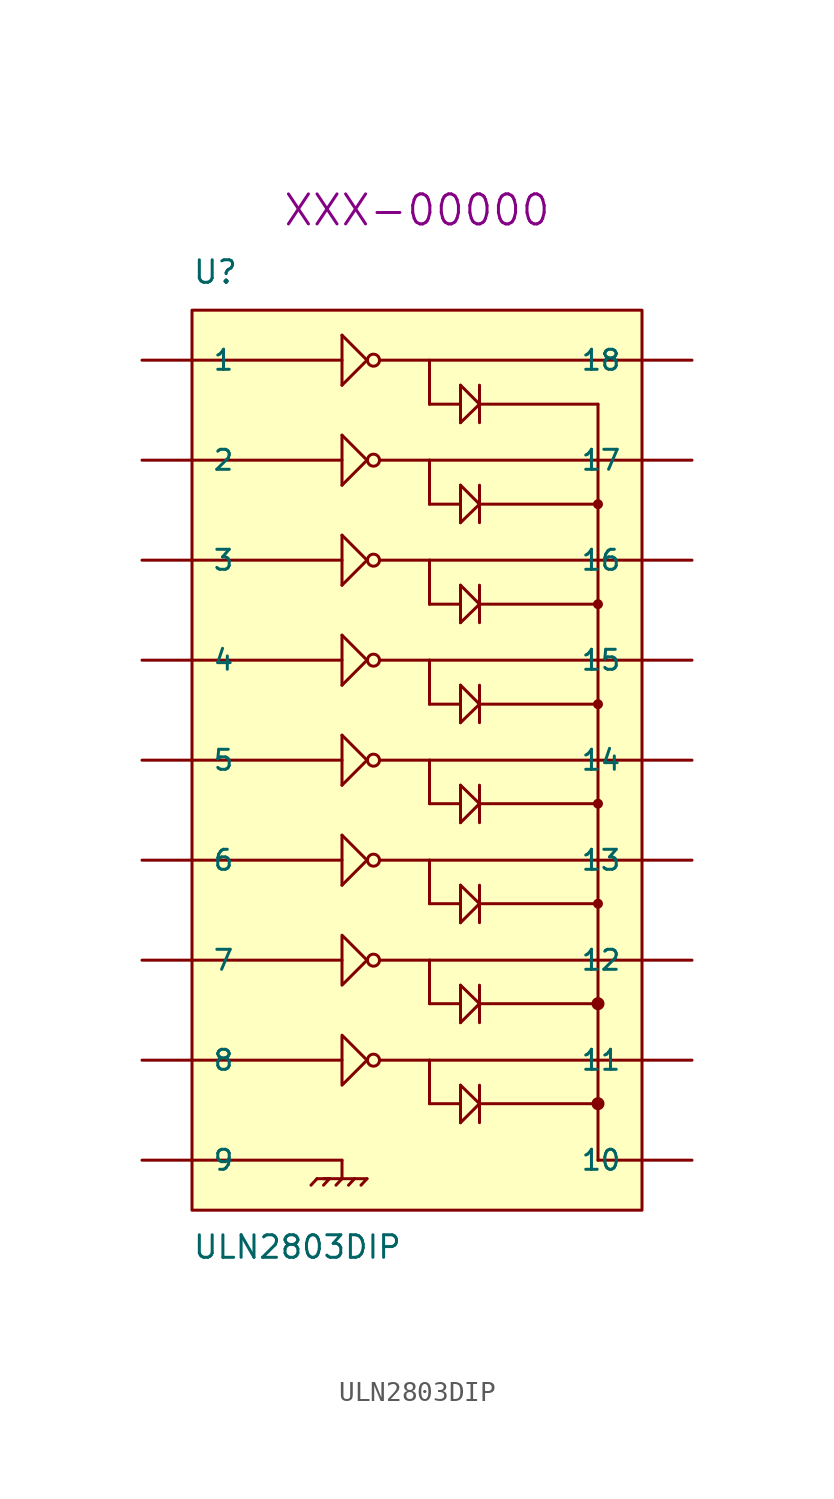
<source format=kicad_sym>
(kicad_symbol_lib
  (version 20201005)
  (generator kicad_symbol_editor)
  (symbol "ULN2803DIP"
    (pin_numbers hide)
    (pin_names
      (offset 1.016))
    (property "Reference" "U"
      (at -11.43 24.13 0)
      (effects (font (size 1.143 1.143)) (justify left bottom)))
    (property "Value" "ULN2803DIP"
      (at -11.43 -25.4 0)
      (effects (font (size 1.143 1.143)) (justify left bottom)))
    (property "Field4" "XXX-00000"
      (at 0 27.94 0)
      (effects (font (size 1.524 1.524))))
    (property "ki_locked" ""
      (at 0 0 0)
      (effects (font (size 1.27 1.27))))
    (symbol "ULN2803DIP_1_0"
      (polyline (pts (xy -11.43 -20.32) (xy -3.81 -20.32)) (stroke (width 0)) (fill (type none)))
      (polyline (pts (xy -11.43 -15.24) (xy -3.81 -15.24)) (stroke (width 0)) (fill (type none)))
      (polyline (pts (xy -11.43 -10.16) (xy -3.81 -10.16)) (stroke (width 0)) (fill (type none)))
      (polyline (pts (xy -11.43 -5.08) (xy -3.81 -5.08)) (stroke (width 0)) (fill (type none)))
      (polyline (pts (xy -11.43 0) (xy -3.81 0)) (stroke (width 0)) (fill (type none)))
      (polyline (pts (xy -11.43 5.08) (xy -3.81 5.08)) (stroke (width 0)) (fill (type none)))
      (polyline (pts (xy -11.43 10.16) (xy -3.81 10.16)) (stroke (width 0)) (fill (type none)))
      (polyline (pts (xy -11.43 15.24) (xy -3.81 15.24)) (stroke (width 0)) (fill (type none)))
      (polyline (pts (xy -11.43 20.32) (xy -3.81 20.32)) (stroke (width 0)) (fill (type none)))
      (polyline (pts (xy -5.08 -21.26) (xy -5.385 -21.59)) (stroke (width 0)) (fill (type none)))
      (polyline (pts (xy -4.445 -21.26) (xy -5.08 -21.26)) (stroke (width 0)) (fill (type none)))
      (polyline (pts (xy -4.445 -21.26) (xy -4.75 -21.59)) (stroke (width 0)) (fill (type none)))
      (polyline (pts (xy -4.445 -21.26) (xy -4.75 -21.26)) (stroke (width 0)) (fill (type none)))
      (polyline (pts (xy -3.81 -21.26) (xy -4.445 -21.26)) (stroke (width 0)) (fill (type none)))
      (polyline (pts (xy -3.81 -21.26) (xy -4.115 -21.59)) (stroke (width 0)) (fill (type none)))
      (polyline (pts (xy -3.81 -21.26) (xy -3.175 -21.26)) (stroke (width 0)) (fill (type none)))
      (polyline (pts (xy -3.81 -20.32) (xy -3.81 -21.26)) (stroke (width 0)) (fill (type none)))
      (polyline (pts (xy -3.81 -3.81) (xy -3.81 -6.35)) (stroke (width 0)) (fill (type none)))
      (polyline (pts (xy -3.81 -3.81) (xy -2.54 -5.08)) (stroke (width 0)) (fill (type none)))
      (polyline (pts (xy -3.81 -1.27) (xy -2.54 0)) (stroke (width 0)) (fill (type none)))
      (polyline (pts (xy -3.81 1.27) (xy -3.81 -1.27)) (stroke (width 0)) (fill (type none)))
      (polyline (pts (xy -3.81 1.27) (xy -2.54 0)) (stroke (width 0)) (fill (type none)))
      (polyline (pts (xy -3.81 6.35) (xy -3.81 3.81)) (stroke (width 0)) (fill (type none)))
      (polyline (pts (xy -3.81 6.35) (xy -2.54 5.08)) (stroke (width 0)) (fill (type none)))
      (polyline (pts (xy -3.81 11.43) (xy -3.81 8.89)) (stroke (width 0)) (fill (type none)))
      (polyline (pts (xy -3.81 11.43) (xy -2.54 10.16)) (stroke (width 0)) (fill (type none)))
      (polyline (pts (xy -3.81 16.51) (xy -3.81 13.97)) (stroke (width 0)) (fill (type none)))
      (polyline (pts (xy -3.81 16.51) (xy -2.54 15.24)) (stroke (width 0)) (fill (type none)))
      (polyline (pts (xy -3.81 21.59) (xy -3.81 19.05)) (stroke (width 0)) (fill (type none)))
      (polyline (pts (xy -3.81 21.59) (xy -2.54 20.32)) (stroke (width 0)) (fill (type none)))
      (polyline (pts (xy -3.175 -21.26) (xy -3.48 -21.59)) (stroke (width 0)) (fill (type none)))
      (polyline (pts (xy -3.175 -21.26) (xy -2.54 -21.26)) (stroke (width 0)) (fill (type none)))
      (polyline (pts (xy -2.54 -21.26) (xy -2.845 -21.59)) (stroke (width 0)) (fill (type none)))
      (polyline (pts (xy -2.54 -5.08) (xy -3.81 -6.35)) (stroke (width 0)) (fill (type none)))
      (polyline (pts (xy -2.54 5.08) (xy -3.81 3.81)) (stroke (width 0)) (fill (type none)))
      (polyline (pts (xy -2.54 10.16) (xy -3.81 8.89)) (stroke (width 0)) (fill (type none)))
      (polyline (pts (xy -2.54 15.24) (xy -3.81 13.97)) (stroke (width 0)) (fill (type none)))
      (polyline (pts (xy -2.54 20.32) (xy -3.81 19.05)) (stroke (width 0)) (fill (type none)))
      (polyline (pts (xy -1.905 -15.24) (xy 0.635 -15.24)) (stroke (width 0)) (fill (type none)))
      (polyline (pts (xy -1.905 -5.08) (xy 0.635 -5.08)) (stroke (width 0)) (fill (type none)))
      (polyline (pts (xy -1.905 5.08) (xy 0.635 5.08)) (stroke (width 0)) (fill (type none)))
      (polyline (pts (xy -1.905 10.16) (xy 0.635 10.16)) (stroke (width 0)) (fill (type none)))
      (polyline (pts (xy -1.905 15.24) (xy 0.635 15.24)) (stroke (width 0)) (fill (type none)))
      (polyline (pts (xy -1.905 20.32) (xy 11.43 20.32)) (stroke (width 0)) (fill (type none)))
      (polyline (pts (xy 0.635 -17.45) (xy 2.21 -17.45)) (stroke (width 0)) (fill (type none)))
      (polyline (pts (xy 0.635 -15.24) (xy 0.635 -17.45)) (stroke (width 0)) (fill (type none)))
      (polyline (pts (xy 0.635 -15.24) (xy 11.43 -15.24)) (stroke (width 0)) (fill (type none)))
      (polyline (pts (xy 0.635 -12.37) (xy 2.21 -12.37)) (stroke (width 0)) (fill (type none)))
      (polyline (pts (xy 0.635 -10.16) (xy -1.905 -10.16)) (stroke (width 0)) (fill (type none)))
      (polyline (pts (xy 0.635 -10.16) (xy 0.635 -12.37)) (stroke (width 0)) (fill (type none)))
      (polyline (pts (xy 0.635 -7.29) (xy 2.21 -7.29)) (stroke (width 0)) (fill (type none)))
      (polyline (pts (xy 0.635 -5.08) (xy 0.635 -7.29)) (stroke (width 0)) (fill (type none)))
      (polyline (pts (xy 0.635 -5.08) (xy 11.43 -5.08)) (stroke (width 0)) (fill (type none)))
      (polyline (pts (xy 0.635 -2.21) (xy 2.21 -2.21)) (stroke (width 0)) (fill (type none)))
      (polyline (pts (xy 0.635 0) (xy -1.905 0)) (stroke (width 0)) (fill (type none)))
      (polyline (pts (xy 0.635 0) (xy 0.635 -2.21)) (stroke (width 0)) (fill (type none)))
      (polyline (pts (xy 0.635 2.845) (xy 2.21 2.845)) (stroke (width 0)) (fill (type none)))
      (polyline (pts (xy 0.635 5.08) (xy 0.635 2.845)) (stroke (width 0)) (fill (type none)))
      (polyline (pts (xy 0.635 5.08) (xy 11.43 5.08)) (stroke (width 0)) (fill (type none)))
      (polyline (pts (xy 0.635 7.925) (xy 2.21 7.925)) (stroke (width 0)) (fill (type none)))
      (polyline (pts (xy 0.635 10.16) (xy 0.635 7.925)) (stroke (width 0)) (fill (type none)))
      (polyline (pts (xy 0.635 10.16) (xy 11.43 10.16)) (stroke (width 0)) (fill (type none)))
      (polyline (pts (xy 0.635 13.005) (xy 2.21 13.005)) (stroke (width 0)) (fill (type none)))
      (polyline (pts (xy 0.635 15.24) (xy 0.635 13.005)) (stroke (width 0)) (fill (type none)))
      (polyline (pts (xy 0.635 15.24) (xy 11.43 15.24)) (stroke (width 0)) (fill (type none)))
      (polyline (pts (xy 0.635 18.085) (xy 2.21 18.085)) (stroke (width 0)) (fill (type none)))
      (polyline (pts (xy 0.635 20.32) (xy 0.635 18.085)) (stroke (width 0)) (fill (type none)))
      (polyline (pts (xy 2.21 -16.51) (xy 2.21 -18.415)) (stroke (width 0)) (fill (type none)))
      (polyline (pts (xy 2.21 -16.51) (xy 3.175 -17.45)) (stroke (width 0)) (fill (type none)))
      (polyline (pts (xy 2.21 -11.43) (xy 2.21 -13.335)) (stroke (width 0)) (fill (type none)))
      (polyline (pts (xy 2.21 -11.43) (xy 3.175 -12.37)) (stroke (width 0)) (fill (type none)))
      (polyline (pts (xy 2.21 -6.35) (xy 2.21 -8.255)) (stroke (width 0)) (fill (type none)))
      (polyline (pts (xy 2.21 -6.35) (xy 3.175 -7.29)) (stroke (width 0)) (fill (type none)))
      (polyline (pts (xy 2.21 -1.27) (xy 2.21 -3.175)) (stroke (width 0)) (fill (type none)))
      (polyline (pts (xy 2.21 -1.27) (xy 3.175 -2.21)) (stroke (width 0)) (fill (type none)))
      (polyline (pts (xy 2.21 3.81) (xy 2.21 1.905)) (stroke (width 0)) (fill (type none)))
      (polyline (pts (xy 2.21 3.81) (xy 3.175 2.845)) (stroke (width 0)) (fill (type none)))
      (polyline (pts (xy 2.21 8.89) (xy 2.21 6.985)) (stroke (width 0)) (fill (type none)))
      (polyline (pts (xy 2.21 8.89) (xy 3.175 7.925)) (stroke (width 0)) (fill (type none)))
      (polyline (pts (xy 2.21 12.065) (xy 3.175 13.005)) (stroke (width 0)) (fill (type none)))
      (polyline (pts (xy 2.21 13.005) (xy 2.21 12.065)) (stroke (width 0)) (fill (type none)))
      (polyline (pts (xy 2.21 13.005) (xy 2.21 13.97)) (stroke (width 0)) (fill (type none)))
      (polyline (pts (xy 2.21 17.145) (xy 3.175 18.085)) (stroke (width 0)) (fill (type none)))
      (polyline (pts (xy 2.21 18.085) (xy 2.21 17.145)) (stroke (width 0)) (fill (type none)))
      (polyline (pts (xy 2.21 18.085) (xy 2.21 19.05)) (stroke (width 0)) (fill (type none)))
      (polyline (pts (xy 3.175 -17.45) (xy 2.21 -18.415)) (stroke (width 0)) (fill (type none)))
      (polyline (pts (xy 3.175 -17.45) (xy 3.175 -18.415)) (stroke (width 0)) (fill (type none)))
      (polyline (pts (xy 3.175 -17.45) (xy 9.195 -17.45)) (stroke (width 0)) (fill (type none)))
      (polyline (pts (xy 3.175 -16.51) (xy 3.175 -17.45)) (stroke (width 0)) (fill (type none)))
      (polyline (pts (xy 3.175 -12.37) (xy 2.21 -13.335)) (stroke (width 0)) (fill (type none)))
      (polyline (pts (xy 3.175 -12.37) (xy 3.175 -13.335)) (stroke (width 0)) (fill (type none)))
      (polyline (pts (xy 3.175 -12.37) (xy 9.195 -12.37)) (stroke (width 0)) (fill (type none)))
      (polyline (pts (xy 3.175 -11.43) (xy 3.175 -12.37)) (stroke (width 0)) (fill (type none)))
      (polyline (pts (xy 3.175 -7.29) (xy 2.21 -8.255)) (stroke (width 0)) (fill (type none)))
      (polyline (pts (xy 3.175 -7.29) (xy 3.175 -8.255)) (stroke (width 0)) (fill (type none)))
      (polyline (pts (xy 3.175 -7.29) (xy 9.195 -7.29)) (stroke (width 0)) (fill (type none)))
      (polyline (pts (xy 3.175 -6.35) (xy 3.175 -7.29)) (stroke (width 0)) (fill (type none)))
      (polyline (pts (xy 3.175 -2.21) (xy 2.21 -3.175)) (stroke (width 0)) (fill (type none)))
      (polyline (pts (xy 3.175 -2.21) (xy 3.175 -3.175)) (stroke (width 0)) (fill (type none)))
      (polyline (pts (xy 3.175 -2.21) (xy 9.195 -2.21)) (stroke (width 0)) (fill (type none)))
      (polyline (pts (xy 3.175 -1.27) (xy 3.175 -2.21)) (stroke (width 0)) (fill (type none)))
      (polyline (pts (xy 3.175 2.845) (xy 2.21 1.905)) (stroke (width 0)) (fill (type none)))
      (polyline (pts (xy 3.175 2.845) (xy 3.175 1.905)) (stroke (width 0)) (fill (type none)))
      (polyline (pts (xy 3.175 2.845) (xy 9.195 2.845)) (stroke (width 0)) (fill (type none)))
      (polyline (pts (xy 3.175 3.81) (xy 3.175 2.845)) (stroke (width 0)) (fill (type none)))
      (polyline (pts (xy 3.175 7.925) (xy 2.21 6.985)) (stroke (width 0)) (fill (type none)))
      (polyline (pts (xy 3.175 7.925) (xy 3.175 6.985)) (stroke (width 0)) (fill (type none)))
      (polyline (pts (xy 3.175 7.925) (xy 9.195 7.925)) (stroke (width 0)) (fill (type none)))
      (polyline (pts (xy 3.175 8.89) (xy 3.175 7.925)) (stroke (width 0)) (fill (type none)))
      (polyline (pts (xy 3.175 13.005) (xy 2.21 13.97)) (stroke (width 0)) (fill (type none)))
      (polyline (pts (xy 3.175 13.005) (xy 3.175 12.065)) (stroke (width 0)) (fill (type none)))
      (polyline (pts (xy 3.175 13.005) (xy 9.195 13.005)) (stroke (width 0)) (fill (type none)))
      (polyline (pts (xy 3.175 13.97) (xy 3.175 13.005)) (stroke (width 0)) (fill (type none)))
      (polyline (pts (xy 3.175 18.085) (xy 2.21 19.05)) (stroke (width 0)) (fill (type none)))
      (polyline (pts (xy 3.175 18.085) (xy 3.175 17.145)) (stroke (width 0)) (fill (type none)))
      (polyline (pts (xy 3.175 18.085) (xy 9.195 18.085)) (stroke (width 0)) (fill (type none)))
      (polyline (pts (xy 3.175 19.05) (xy 3.175 18.085)) (stroke (width 0)) (fill (type none)))
      (polyline (pts (xy 9.195 -20.32) (xy 11.43 -20.32)) (stroke (width 0)) (fill (type none)))
      (polyline (pts (xy 9.195 -12.37) (xy 9.195 -20.32)) (stroke (width 0)) (fill (type none)))
      (polyline (pts (xy 9.195 -7.29) (xy 9.195 -12.37)) (stroke (width 0)) (fill (type none)))
      (polyline (pts (xy 9.195 -2.21) (xy 9.195 -7.29)) (stroke (width 0)) (fill (type none)))
      (polyline (pts (xy 9.195 2.845) (xy 9.195 -2.21)) (stroke (width 0)) (fill (type none)))
      (polyline (pts (xy 9.195 7.925) (xy 9.195 2.845)) (stroke (width 0)) (fill (type none)))
      (polyline (pts (xy 9.195 13.005) (xy 9.195 7.925)) (stroke (width 0)) (fill (type none)))
      (polyline (pts (xy 9.195 18.085) (xy 9.195 13.005)) (stroke (width 0)) (fill (type none)))
      (polyline (pts (xy 11.43 -10.16) (xy 0.635 -10.16)) (stroke (width 0)) (fill (type none)))
      (polyline (pts (xy 11.43 0) (xy 0.635 0)) (stroke (width 0)) (fill (type none))))
    (symbol "ULN2803DIP_1_1"
      (circle (center -2.21 -15.24) (radius 0.305) (stroke (width 0)) (fill (type none)))
      (circle (center -2.21 -10.16) (radius 0.305) (stroke (width 0)) (fill (type none)))
      (circle (center -2.21 -5.08) (radius 0.305) (stroke (width 0)) (fill (type none)))
      (circle (center -2.21 0) (radius 0.305) (stroke (width 0)) (fill (type none)))
      (circle (center -2.21 5.08) (radius 0.305) (stroke (width 0)) (fill (type none)))
      (circle (center -2.21 10.16) (radius 0.305) (stroke (width 0)) (fill (type none)))
      (circle (center -2.21 15.24) (radius 0.305) (stroke (width 0)) (fill (type none)))
      (circle (center -2.21 20.32) (radius 0.305) (stroke (width 0)) (fill (type none)))
      (circle (center 9.195 -17.45) (radius 0.051) (stroke (width 0)) (fill (type outline)))
      (circle (center 9.195 -17.45) (radius 0.178) (stroke (width 0)) (fill (type outline)))
      (circle (center 9.195 -17.45) (radius 0.254) (stroke (width 0)) (fill (type none)))
      (circle (center 9.195 -12.37) (radius 0.051) (stroke (width 0)) (fill (type outline)))
      (circle (center 9.195 -12.37) (radius 0.178) (stroke (width 0)) (fill (type outline)))
      (circle (center 9.195 -12.37) (radius 0.254) (stroke (width 0)) (fill (type none)))
      (circle (center 9.195 -7.29) (radius 0.178) (stroke (width 0)) (fill (type outline)))
      (circle (center 9.195 -2.21) (radius 0.051) (stroke (width 0)) (fill (type outline)))
      (circle (center 9.195 -2.21) (radius 0.178) (stroke (width 0)) (fill (type outline)))
      (circle (center 9.195 2.845) (radius 0.051) (stroke (width 0)) (fill (type outline)))
      (circle (center 9.195 2.845) (radius 0.178) (stroke (width 0)) (fill (type outline)))
      (circle (center 9.195 7.925) (radius 0.178) (stroke (width 0)) (fill (type outline)))
      (circle (center 9.195 13.005) (radius 0.127) (stroke (width 0)) (fill (type outline)))
      (circle (center 9.195 13.005) (radius 0.178) (stroke (width 0)) (fill (type outline)))
      (polyline (pts (xy -3.81 -13.97) (xy -3.81 -16.51) (xy -2.54 -15.24) (xy -3.81 -13.97)) (stroke (width 0)) (fill (type background)))
      (polyline (pts (xy -3.81 -8.89) (xy -3.81 -11.43) (xy -2.54 -10.16) (xy -3.81 -8.89)) (stroke (width 0)) (fill (type background)))
      (polyline (pts (xy -11.43 22.86) (xy -11.43 20.32) (xy -11.43 15.24) (xy -11.43 10.16) (xy -11.43 5.08) (xy -11.43 0) (xy -11.43 -5.08) (xy -11.43 -10.16) (xy -11.43 -15.24) (xy -11.43 -20.32) (xy -11.43 -22.86) (xy 11.43 -22.86) (xy 11.43 -20.32) (xy 11.43 -15.24) (xy 11.43 -10.16) (xy 11.43 -5.08) (xy 11.43 0) (xy 11.43 5.08) (xy 11.43 10.16) (xy 11.43 15.24) (xy 11.43 20.32) (xy 11.43 22.86) (xy -11.43 22.86)) (stroke (width 0)) (fill (type background)))
      (pin bidirectional line (at -13.97 20.32 0) (length 2.54) (name "1" (effects (font (size 1.016 1.016)))) (number "1" (effects (font (size 1.016 1.016)))))
      (pin bidirectional line (at -13.97 15.24 0) (length 2.54) (name "2" (effects (font (size 1.016 1.016)))) (number "2" (effects (font (size 1.016 1.016)))))
      (pin bidirectional line (at -13.97 10.16 0) (length 2.54) (name "3" (effects (font (size 1.016 1.016)))) (number "3" (effects (font (size 1.016 1.016)))))
      (pin bidirectional line (at -13.97 5.08 0) (length 2.54) (name "4" (effects (font (size 1.016 1.016)))) (number "4" (effects (font (size 1.016 1.016)))))
      (pin bidirectional line (at -13.97 0 0) (length 2.54) (name "5" (effects (font (size 1.016 1.016)))) (number "5" (effects (font (size 1.016 1.016)))))
      (pin bidirectional line (at -13.97 -5.08 0) (length 2.54) (name "6" (effects (font (size 1.016 1.016)))) (number "6" (effects (font (size 1.016 1.016)))))
      (pin bidirectional line (at -13.97 -10.16 0) (length 2.54) (name "7" (effects (font (size 1.016 1.016)))) (number "7" (effects (font (size 1.016 1.016)))))
      (pin bidirectional line (at -13.97 -15.24 0) (length 2.54) (name "8" (effects (font (size 1.016 1.016)))) (number "8" (effects (font (size 1.016 1.016)))))
      (pin bidirectional line (at -13.97 -20.32 0) (length 2.54) (name "9" (effects (font (size 1.016 1.016)))) (number "9" (effects (font (size 1.016 1.016)))))
      (pin bidirectional line (at 13.97 -20.32 180) (length 2.54) (name "10" (effects (font (size 1.016 1.016)))) (number "10" (effects (font (size 1.016 1.016)))))
      (pin bidirectional line (at 13.97 -15.24 180) (length 2.54) (name "11" (effects (font (size 1.016 1.016)))) (number "11" (effects (font (size 1.016 1.016)))))
      (pin bidirectional line (at 13.97 -10.16 180) (length 2.54) (name "12" (effects (font (size 1.016 1.016)))) (number "12" (effects (font (size 1.016 1.016)))))
      (pin bidirectional line (at 13.97 -5.08 180) (length 2.54) (name "13" (effects (font (size 1.016 1.016)))) (number "13" (effects (font (size 1.016 1.016)))))
      (pin bidirectional line (at 13.97 0 180) (length 2.54) (name "14" (effects (font (size 1.016 1.016)))) (number "14" (effects (font (size 1.016 1.016)))))
      (pin bidirectional line (at 13.97 5.08 180) (length 2.54) (name "15" (effects (font (size 1.016 1.016)))) (number "15" (effects (font (size 1.016 1.016)))))
      (pin bidirectional line (at 13.97 10.16 180) (length 2.54) (name "16" (effects (font (size 1.016 1.016)))) (number "16" (effects (font (size 1.016 1.016)))))
      (pin bidirectional line (at 13.97 15.24 180) (length 2.54) (name "17" (effects (font (size 1.016 1.016)))) (number "17" (effects (font (size 1.016 1.016)))))
      (pin bidirectional line (at 13.97 20.32 180) (length 2.54) (name "18" (effects (font (size 1.016 1.016)))) (number "18" (effects (font (size 1.016 1.016))))))))
</source>
